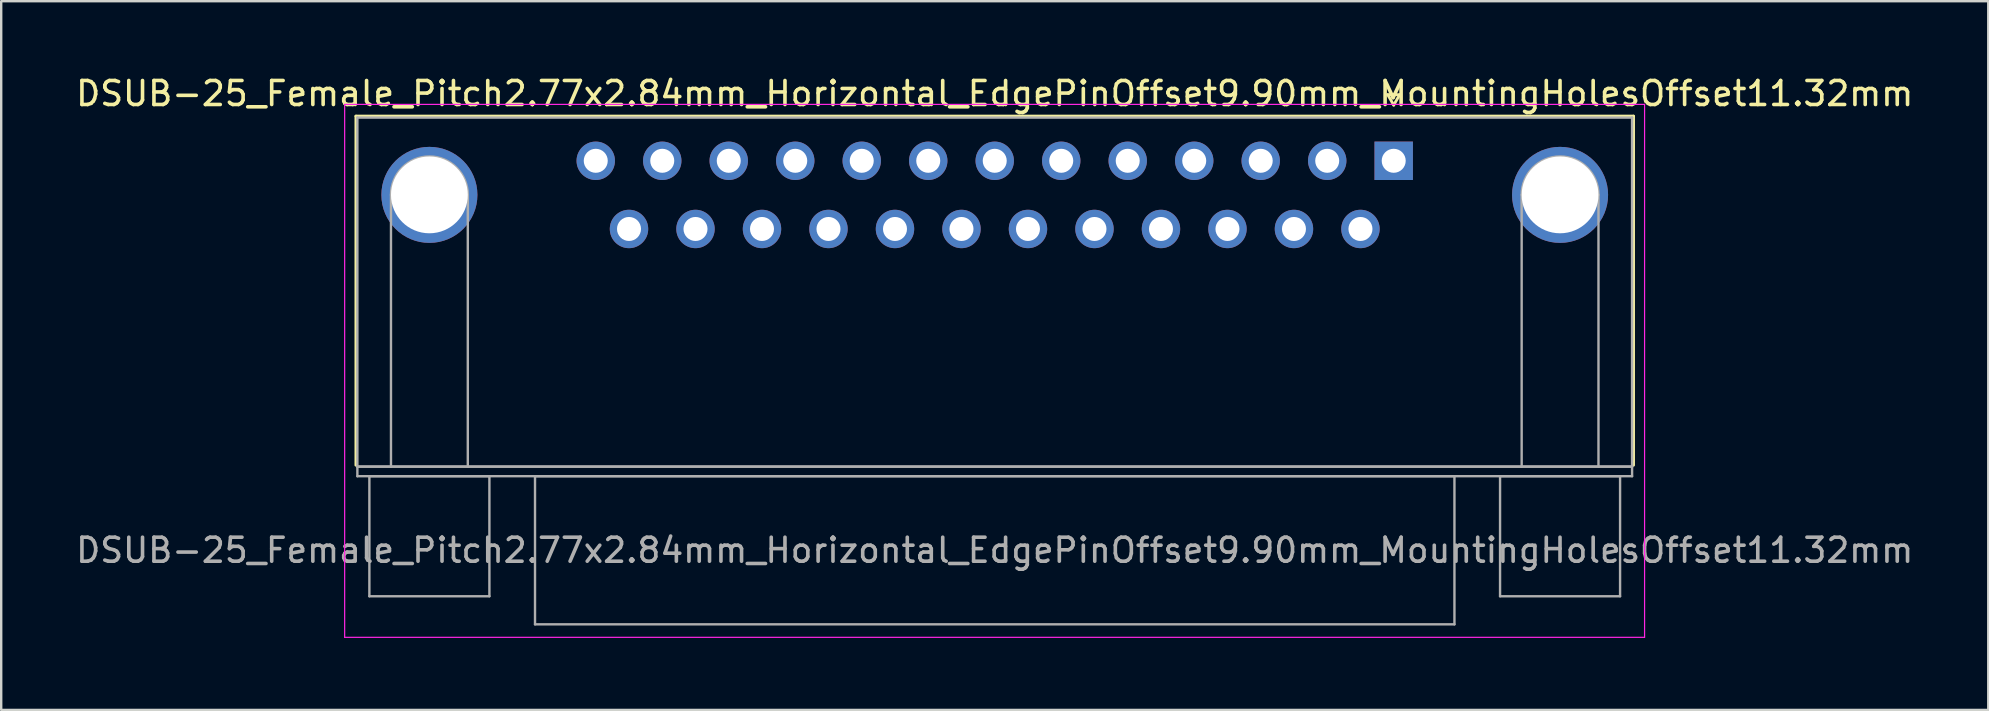
<source format=kicad_pcb>
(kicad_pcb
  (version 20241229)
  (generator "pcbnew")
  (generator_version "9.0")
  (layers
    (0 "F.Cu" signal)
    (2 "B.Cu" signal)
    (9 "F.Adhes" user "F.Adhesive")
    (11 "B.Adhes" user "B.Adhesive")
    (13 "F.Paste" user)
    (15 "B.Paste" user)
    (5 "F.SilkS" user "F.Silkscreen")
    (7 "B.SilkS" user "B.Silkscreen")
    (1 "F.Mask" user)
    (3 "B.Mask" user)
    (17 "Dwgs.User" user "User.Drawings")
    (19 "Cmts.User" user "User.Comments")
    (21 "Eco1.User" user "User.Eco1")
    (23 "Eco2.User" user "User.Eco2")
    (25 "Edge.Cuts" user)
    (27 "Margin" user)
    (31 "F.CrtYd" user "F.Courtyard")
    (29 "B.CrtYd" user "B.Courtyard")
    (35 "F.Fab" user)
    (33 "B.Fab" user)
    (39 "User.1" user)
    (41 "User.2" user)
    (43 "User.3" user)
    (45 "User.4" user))
  (footprint "DSUB-25_Female_Pitch2.77x2.84mm_Horizontal_EdgePinOffset9.90mm_MountingHolesOffset11.32mm"
    (layer "F.Cu")
    (at 55.007 3.648)
    (property "Reference" "DSUB-25_Female_Pitch2.77x2.84mm_Horizontal_EdgePinOffset9.90mm_MountingHolesOffset11.32mm" (at -16.62 -2.8 0) (layer "F.SilkS") (effects (font (size 1 1) (thickness 0.15))))
    (attr through_hole)
    (fp_line (start -43.23 -1.86) (end 9.99 -1.86) (stroke (width 0.12) (type solid)) (layer "F.SilkS"))
    (fp_line (start -43.23 12.68) (end -43.23 -1.86) (stroke (width 0.12) (type solid)) (layer "F.SilkS"))
    (fp_line (start -0.25 -2.754) (end 0.25 -2.754) (stroke (width 0.12) (type solid)) (layer "F.SilkS"))
    (fp_line (start 0 -2.321) (end -0.25 -2.754) (stroke (width 0.12) (type solid)) (layer "F.SilkS"))
    (fp_line (start 0.25 -2.754) (end 0 -2.321) (stroke (width 0.12) (type solid)) (layer "F.SilkS"))
    (fp_line (start 9.99 -1.86) (end 9.99 12.68) (stroke (width 0.12) (type solid)) (layer "F.SilkS"))
    (fp_line (start -43.7 -2.35) (end -43.7 19.85) (stroke (width 0.05) (type solid)) (layer "F.CrtYd"))
    (fp_line (start -43.7 19.85) (end 10.45 19.85) (stroke (width 0.05) (type solid)) (layer "F.CrtYd"))
    (fp_line (start 10.45 -2.35) (end -43.7 -2.35) (stroke (width 0.05) (type solid)) (layer "F.CrtYd"))
    (fp_line (start 10.45 19.85) (end 10.45 -2.35) (stroke (width 0.05) (type solid)) (layer "F.CrtYd"))
    (fp_line (start -43.17 -1.8) (end -43.17 12.74) (stroke (width 0.1) (type solid)) (layer "F.Fab"))
    (fp_line (start -43.17 12.74) (end -43.17 13.14) (stroke (width 0.1) (type solid)) (layer "F.Fab"))
    (fp_line (start -43.17 12.74) (end 9.93 12.74) (stroke (width 0.1) (type solid)) (layer "F.Fab"))
    (fp_line (start -43.17 13.14) (end 9.93 13.14) (stroke (width 0.1) (type solid)) (layer "F.Fab"))
    (fp_line (start -42.67 13.14) (end -42.67 18.14) (stroke (width 0.1) (type solid)) (layer "F.Fab"))
    (fp_line (start -42.67 18.14) (end -37.67 18.14) (stroke (width 0.1) (type solid)) (layer "F.Fab"))
    (fp_line (start -41.77 12.74) (end -41.77 1.42) (stroke (width 0.1) (type solid)) (layer "F.Fab"))
    (fp_line (start -38.57 12.74) (end -38.57 1.42) (stroke (width 0.1) (type solid)) (layer "F.Fab"))
    (fp_line (start -37.67 13.14) (end -42.67 13.14) (stroke (width 0.1) (type solid)) (layer "F.Fab"))
    (fp_line (start -37.67 18.14) (end -37.67 13.14) (stroke (width 0.1) (type solid)) (layer "F.Fab"))
    (fp_line (start -35.77 13.14) (end -35.77 19.31) (stroke (width 0.1) (type solid)) (layer "F.Fab"))
    (fp_line (start -35.77 19.31) (end 2.53 19.31) (stroke (width 0.1) (type solid)) (layer "F.Fab"))
    (fp_line (start 2.53 13.14) (end -35.77 13.14) (stroke (width 0.1) (type solid)) (layer "F.Fab"))
    (fp_line (start 2.53 19.31) (end 2.53 13.14) (stroke (width 0.1) (type solid)) (layer "F.Fab"))
    (fp_line (start 4.43 13.14) (end 4.43 18.14) (stroke (width 0.1) (type solid)) (layer "F.Fab"))
    (fp_line (start 4.43 18.14) (end 9.43 18.14) (stroke (width 0.1) (type solid)) (layer "F.Fab"))
    (fp_line (start 5.33 12.74) (end 5.33 1.42) (stroke (width 0.1) (type solid)) (layer "F.Fab"))
    (fp_line (start 8.53 12.74) (end 8.53 1.42) (stroke (width 0.1) (type solid)) (layer "F.Fab"))
    (fp_line (start 9.43 13.14) (end 4.43 13.14) (stroke (width 0.1) (type solid)) (layer "F.Fab"))
    (fp_line (start 9.43 18.14) (end 9.43 13.14) (stroke (width 0.1) (type solid)) (layer "F.Fab"))
    (fp_line (start 9.93 -1.8) (end -43.17 -1.8) (stroke (width 0.1) (type solid)) (layer "F.Fab"))
    (fp_line (start 9.93 12.74) (end -43.17 12.74) (stroke (width 0.1) (type solid)) (layer "F.Fab"))
    (fp_line (start 9.93 12.74) (end 9.93 -1.8) (stroke (width 0.1) (type solid)) (layer "F.Fab"))
    (fp_line (start 9.93 13.14) (end 9.93 12.74) (stroke (width 0.1) (type solid)) (layer "F.Fab"))
    (fp_arc (start -41.77 1.42) (mid -40.17 -0.18) (end -38.57 1.42) (stroke (width 0.1) (type solid)) (layer "F.Fab"))
    (fp_arc (start 5.33 1.42) (mid 6.93 -0.18) (end 8.53 1.42) (stroke (width 0.1) (type solid)) (layer "F.Fab"))
    (fp_text user "${REFERENCE}" (at -16.62 16.225 0) (layer "F.Fab") (effects (font (size 1 1) (thickness 0.15))))
    (pad "0" thru_hole circle (at -40.17 1.42) (size 4 4) (drill 3.2) (layers "*.Cu" "*.Mask"))
    (pad "0" thru_hole circle (at 6.93 1.42) (size 4 4) (drill 3.2) (layers "*.Cu" "*.Mask"))
    (pad "1" thru_hole rect (at 0 0) (size 1.6 1.6) (drill 1) (layers "*.Cu" "*.Mask"))
    (pad "2" thru_hole circle (at -2.77 0) (size 1.6 1.6) (drill 1) (layers "*.Cu" "*.Mask"))
    (pad "3" thru_hole circle (at -5.54 0) (size 1.6 1.6) (drill 1) (layers "*.Cu" "*.Mask"))
    (pad "4" thru_hole circle (at -8.31 0) (size 1.6 1.6) (drill 1) (layers "*.Cu" "*.Mask"))
    (pad "5" thru_hole circle (at -11.08 0) (size 1.6 1.6) (drill 1) (layers "*.Cu" "*.Mask"))
    (pad "6" thru_hole circle (at -13.85 0) (size 1.6 1.6) (drill 1) (layers "*.Cu" "*.Mask"))
    (pad "7" thru_hole circle (at -16.62 0) (size 1.6 1.6) (drill 1) (layers "*.Cu" "*.Mask"))
    (pad "8" thru_hole circle (at -19.39 0) (size 1.6 1.6) (drill 1) (layers "*.Cu" "*.Mask"))
    (pad "9" thru_hole circle (at -22.16 0) (size 1.6 1.6) (drill 1) (layers "*.Cu" "*.Mask"))
    (pad "10" thru_hole circle (at -24.93 0) (size 1.6 1.6) (drill 1) (layers "*.Cu" "*.Mask"))
    (pad "11" thru_hole circle (at -27.7 0) (size 1.6 1.6) (drill 1) (layers "*.Cu" "*.Mask"))
    (pad "12" thru_hole circle (at -30.47 0) (size 1.6 1.6) (drill 1) (layers "*.Cu" "*.Mask"))
    (pad "13" thru_hole circle (at -33.24 0) (size 1.6 1.6) (drill 1) (layers "*.Cu" "*.Mask"))
    (pad "14" thru_hole circle (at -1.385 2.84) (size 1.6 1.6) (drill 1) (layers "*.Cu" "*.Mask"))
    (pad "15" thru_hole circle (at -4.155 2.84) (size 1.6 1.6) (drill 1) (layers "*.Cu" "*.Mask"))
    (pad "16" thru_hole circle (at -6.925 2.84) (size 1.6 1.6) (drill 1) (layers "*.Cu" "*.Mask"))
    (pad "17" thru_hole circle (at -9.695 2.84) (size 1.6 1.6) (drill 1) (layers "*.Cu" "*.Mask"))
    (pad "18" thru_hole circle (at -12.465 2.84) (size 1.6 1.6) (drill 1) (layers "*.Cu" "*.Mask"))
    (pad "19" thru_hole circle (at -15.235 2.84) (size 1.6 1.6) (drill 1) (layers "*.Cu" "*.Mask"))
    (pad "20" thru_hole circle (at -18.005 2.84) (size 1.6 1.6) (drill 1) (layers "*.Cu" "*.Mask"))
    (pad "21" thru_hole circle (at -20.775 2.84) (size 1.6 1.6) (drill 1) (layers "*.Cu" "*.Mask"))
    (pad "22" thru_hole circle (at -23.545 2.84) (size 1.6 1.6) (drill 1) (layers "*.Cu" "*.Mask"))
    (pad "23" thru_hole circle (at -26.315 2.84) (size 1.6 1.6) (drill 1) (layers "*.Cu" "*.Mask"))
    (pad "24" thru_hole circle (at -29.085 2.84) (size 1.6 1.6) (drill 1) (layers "*.Cu" "*.Mask"))
    (pad "25" thru_hole circle (at -31.855 2.84) (size 1.6 1.6) (drill 1) (layers "*.Cu" "*.Mask")))
  (gr_rect
    (start -3 -3)
    (end 79.774 26.523)
    (stroke (width 0.1) (type default))
    (fill no)
    (layer "Edge.Cuts")))
</source>
